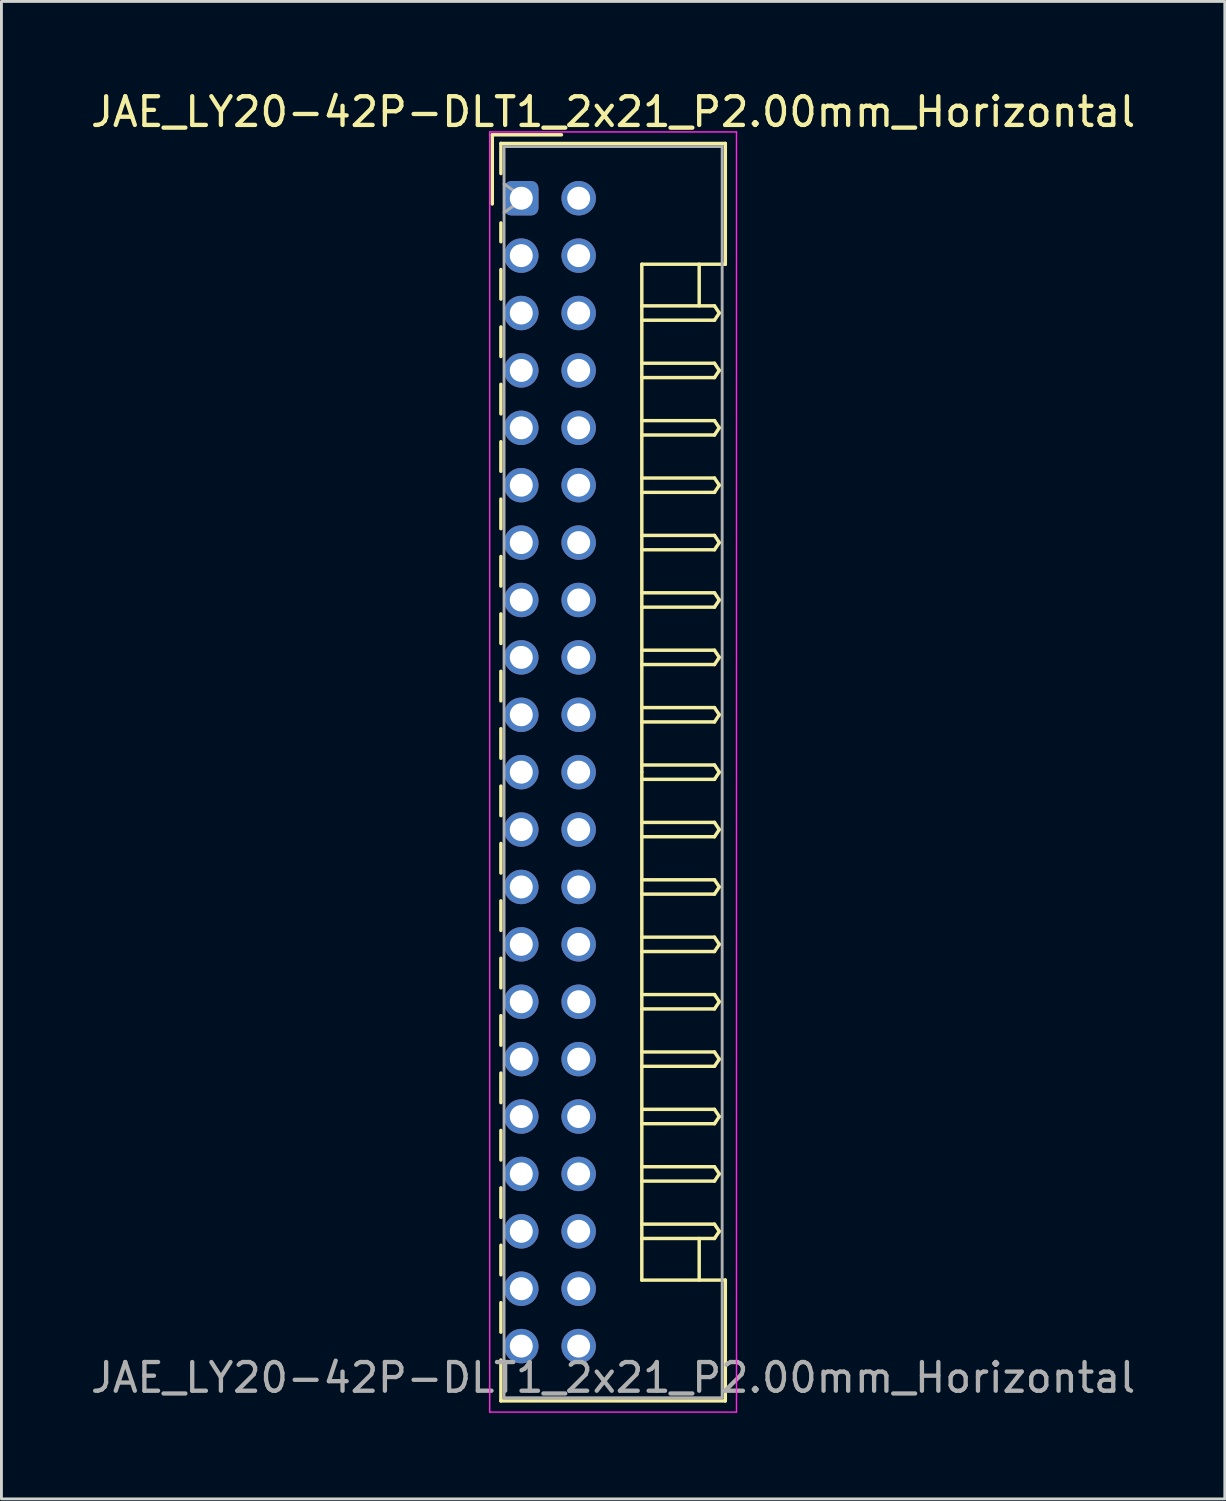
<source format=kicad_pcb>
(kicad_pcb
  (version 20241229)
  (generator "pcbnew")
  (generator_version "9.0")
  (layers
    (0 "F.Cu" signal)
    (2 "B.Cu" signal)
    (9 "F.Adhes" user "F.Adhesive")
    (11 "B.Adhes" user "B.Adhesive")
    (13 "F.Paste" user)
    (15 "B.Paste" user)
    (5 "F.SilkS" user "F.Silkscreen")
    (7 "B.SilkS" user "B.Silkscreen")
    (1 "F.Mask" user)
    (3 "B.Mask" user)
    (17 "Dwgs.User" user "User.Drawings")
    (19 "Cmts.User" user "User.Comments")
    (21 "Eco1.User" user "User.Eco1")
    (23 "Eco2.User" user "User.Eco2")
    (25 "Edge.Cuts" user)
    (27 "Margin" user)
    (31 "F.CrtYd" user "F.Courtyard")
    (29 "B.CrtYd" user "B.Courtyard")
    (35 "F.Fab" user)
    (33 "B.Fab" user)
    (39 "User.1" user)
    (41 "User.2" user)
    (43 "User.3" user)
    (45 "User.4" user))
  (footprint "JAE_LY20-42P-DLT1_2x21_P2.00mm_Horizontal"
    (layer "F.Cu")
    (at 15.115 3.858)
    (property "Reference" "JAE_LY20-42P-DLT1_2x21_P2.00mm_Horizontal" (at 3.2 -3.01 0) (layer "F.SilkS") (effects (font (size 1 1) (thickness 0.15))))
    (attr through_hole)
    (fp_line (start -1.01 -2.21) (end -1.01 0.2) (stroke (width 0.12) (type solid)) (layer "F.SilkS"))
    (fp_line (start -0.71 -1.91) (end -0.71 -0.86) (stroke (width 0.12) (type solid)) (layer "F.SilkS"))
    (fp_line (start -0.71 -1.91) (end 7.11 -1.91) (stroke (width 0.12) (type solid)) (layer "F.SilkS"))
    (fp_line (start -0.71 0.86) (end -0.71 1.515) (stroke (width 0.12) (type solid)) (layer "F.SilkS"))
    (fp_line (start -0.71 2.485) (end -0.71 3.515) (stroke (width 0.12) (type solid)) (layer "F.SilkS"))
    (fp_line (start -0.71 4.485) (end -0.71 5.515) (stroke (width 0.12) (type solid)) (layer "F.SilkS"))
    (fp_line (start -0.71 6.485) (end -0.71 7.515) (stroke (width 0.12) (type solid)) (layer "F.SilkS"))
    (fp_line (start -0.71 8.485) (end -0.71 9.515) (stroke (width 0.12) (type solid)) (layer "F.SilkS"))
    (fp_line (start -0.71 10.485) (end -0.71 11.515) (stroke (width 0.12) (type solid)) (layer "F.SilkS"))
    (fp_line (start -0.71 12.485) (end -0.71 13.515) (stroke (width 0.12) (type solid)) (layer "F.SilkS"))
    (fp_line (start -0.71 14.485) (end -0.71 15.515) (stroke (width 0.12) (type solid)) (layer "F.SilkS"))
    (fp_line (start -0.71 16.485) (end -0.71 17.515) (stroke (width 0.12) (type solid)) (layer "F.SilkS"))
    (fp_line (start -0.71 18.485) (end -0.71 19.515) (stroke (width 0.12) (type solid)) (layer "F.SilkS"))
    (fp_line (start -0.71 20.485) (end -0.71 21.515) (stroke (width 0.12) (type solid)) (layer "F.SilkS"))
    (fp_line (start -0.71 22.485) (end -0.71 23.515) (stroke (width 0.12) (type solid)) (layer "F.SilkS"))
    (fp_line (start -0.71 24.485) (end -0.71 25.515) (stroke (width 0.12) (type solid)) (layer "F.SilkS"))
    (fp_line (start -0.71 26.485) (end -0.71 27.515) (stroke (width 0.12) (type solid)) (layer "F.SilkS"))
    (fp_line (start -0.71 28.485) (end -0.71 29.515) (stroke (width 0.12) (type solid)) (layer "F.SilkS"))
    (fp_line (start -0.71 30.485) (end -0.71 31.515) (stroke (width 0.12) (type solid)) (layer "F.SilkS"))
    (fp_line (start -0.71 32.485) (end -0.71 33.515) (stroke (width 0.12) (type solid)) (layer "F.SilkS"))
    (fp_line (start -0.71 34.485) (end -0.71 35.515) (stroke (width 0.12) (type solid)) (layer "F.SilkS"))
    (fp_line (start -0.71 36.485) (end -0.71 37.515) (stroke (width 0.12) (type solid)) (layer "F.SilkS"))
    (fp_line (start -0.71 38.485) (end -0.71 39.515) (stroke (width 0.12) (type solid)) (layer "F.SilkS"))
    (fp_line (start -0.71 40.485) (end -0.71 41.91) (stroke (width 0.12) (type solid)) (layer "F.SilkS"))
    (fp_line (start -0.71 41.91) (end 7.11 41.91) (stroke (width 0.12) (type solid)) (layer "F.SilkS"))
    (fp_line (start 1.4 -2.21) (end -1.01 -2.21) (stroke (width 0.12) (type solid)) (layer "F.SilkS"))
    (fp_line (start 4.2 2.3) (end 4.2 20) (stroke (width 0.12) (type solid)) (layer "F.SilkS"))
    (fp_line (start 4.2 3.75) (end 6.733 3.75) (stroke (width 0.12) (type solid)) (layer "F.SilkS"))
    (fp_line (start 4.2 5.75) (end 6.733 5.75) (stroke (width 0.12) (type solid)) (layer "F.SilkS"))
    (fp_line (start 4.2 7.75) (end 6.733 7.75) (stroke (width 0.12) (type solid)) (layer "F.SilkS"))
    (fp_line (start 4.2 9.75) (end 6.733 9.75) (stroke (width 0.12) (type solid)) (layer "F.SilkS"))
    (fp_line (start 4.2 11.75) (end 6.733 11.75) (stroke (width 0.12) (type solid)) (layer "F.SilkS"))
    (fp_line (start 4.2 13.75) (end 6.733 13.75) (stroke (width 0.12) (type solid)) (layer "F.SilkS"))
    (fp_line (start 4.2 15.75) (end 6.733 15.75) (stroke (width 0.12) (type solid)) (layer "F.SilkS"))
    (fp_line (start 4.2 17.75) (end 6.733 17.75) (stroke (width 0.12) (type solid)) (layer "F.SilkS"))
    (fp_line (start 4.2 19.75) (end 6.733 19.75) (stroke (width 0.12) (type solid)) (layer "F.SilkS"))
    (fp_line (start 4.2 21.75) (end 6.733 21.75) (stroke (width 0.12) (type solid)) (layer "F.SilkS"))
    (fp_line (start 4.2 23.75) (end 6.733 23.75) (stroke (width 0.12) (type solid)) (layer "F.SilkS"))
    (fp_line (start 4.2 25.75) (end 6.733 25.75) (stroke (width 0.12) (type solid)) (layer "F.SilkS"))
    (fp_line (start 4.2 27.75) (end 6.733 27.75) (stroke (width 0.12) (type solid)) (layer "F.SilkS"))
    (fp_line (start 4.2 29.75) (end 6.733 29.75) (stroke (width 0.12) (type solid)) (layer "F.SilkS"))
    (fp_line (start 4.2 31.75) (end 6.733 31.75) (stroke (width 0.12) (type solid)) (layer "F.SilkS"))
    (fp_line (start 4.2 33.75) (end 6.733 33.75) (stroke (width 0.12) (type solid)) (layer "F.SilkS"))
    (fp_line (start 4.2 35.75) (end 6.733 35.75) (stroke (width 0.12) (type solid)) (layer "F.SilkS"))
    (fp_line (start 4.2 37.7) (end 4.2 20) (stroke (width 0.12) (type solid)) (layer "F.SilkS"))
    (fp_line (start 6.2 2.3) (end 6.2 3.75) (stroke (width 0.12) (type solid)) (layer "F.SilkS"))
    (fp_line (start 6.2 37.7) (end 6.2 36.25) (stroke (width 0.12) (type solid)) (layer "F.SilkS"))
    (fp_line (start 6.733 3.75) (end 6.9 4) (stroke (width 0.12) (type solid)) (layer "F.SilkS"))
    (fp_line (start 6.733 4.25) (end 4.2 4.25) (stroke (width 0.12) (type solid)) (layer "F.SilkS"))
    (fp_line (start 6.733 5.75) (end 6.9 6) (stroke (width 0.12) (type solid)) (layer "F.SilkS"))
    (fp_line (start 6.733 6.25) (end 4.2 6.25) (stroke (width 0.12) (type solid)) (layer "F.SilkS"))
    (fp_line (start 6.733 7.75) (end 6.9 8) (stroke (width 0.12) (type solid)) (layer "F.SilkS"))
    (fp_line (start 6.733 8.25) (end 4.2 8.25) (stroke (width 0.12) (type solid)) (layer "F.SilkS"))
    (fp_line (start 6.733 9.75) (end 6.9 10) (stroke (width 0.12) (type solid)) (layer "F.SilkS"))
    (fp_line (start 6.733 10.25) (end 4.2 10.25) (stroke (width 0.12) (type solid)) (layer "F.SilkS"))
    (fp_line (start 6.733 11.75) (end 6.9 12) (stroke (width 0.12) (type solid)) (layer "F.SilkS"))
    (fp_line (start 6.733 12.25) (end 4.2 12.25) (stroke (width 0.12) (type solid)) (layer "F.SilkS"))
    (fp_line (start 6.733 13.75) (end 6.9 14) (stroke (width 0.12) (type solid)) (layer "F.SilkS"))
    (fp_line (start 6.733 14.25) (end 4.2 14.25) (stroke (width 0.12) (type solid)) (layer "F.SilkS"))
    (fp_line (start 6.733 15.75) (end 6.9 16) (stroke (width 0.12) (type solid)) (layer "F.SilkS"))
    (fp_line (start 6.733 16.25) (end 4.2 16.25) (stroke (width 0.12) (type solid)) (layer "F.SilkS"))
    (fp_line (start 6.733 17.75) (end 6.9 18) (stroke (width 0.12) (type solid)) (layer "F.SilkS"))
    (fp_line (start 6.733 18.25) (end 4.2 18.25) (stroke (width 0.12) (type solid)) (layer "F.SilkS"))
    (fp_line (start 6.733 19.75) (end 6.9 20) (stroke (width 0.12) (type solid)) (layer "F.SilkS"))
    (fp_line (start 6.733 20.25) (end 4.2 20.25) (stroke (width 0.12) (type solid)) (layer "F.SilkS"))
    (fp_line (start 6.733 21.75) (end 6.9 22) (stroke (width 0.12) (type solid)) (layer "F.SilkS"))
    (fp_line (start 6.733 22.25) (end 4.2 22.25) (stroke (width 0.12) (type solid)) (layer "F.SilkS"))
    (fp_line (start 6.733 23.75) (end 6.9 24) (stroke (width 0.12) (type solid)) (layer "F.SilkS"))
    (fp_line (start 6.733 24.25) (end 4.2 24.25) (stroke (width 0.12) (type solid)) (layer "F.SilkS"))
    (fp_line (start 6.733 25.75) (end 6.9 26) (stroke (width 0.12) (type solid)) (layer "F.SilkS"))
    (fp_line (start 6.733 26.25) (end 4.2 26.25) (stroke (width 0.12) (type solid)) (layer "F.SilkS"))
    (fp_line (start 6.733 27.75) (end 6.9 28) (stroke (width 0.12) (type solid)) (layer "F.SilkS"))
    (fp_line (start 6.733 28.25) (end 4.2 28.25) (stroke (width 0.12) (type solid)) (layer "F.SilkS"))
    (fp_line (start 6.733 29.75) (end 6.9 30) (stroke (width 0.12) (type solid)) (layer "F.SilkS"))
    (fp_line (start 6.733 30.25) (end 4.2 30.25) (stroke (width 0.12) (type solid)) (layer "F.SilkS"))
    (fp_line (start 6.733 31.75) (end 6.9 32) (stroke (width 0.12) (type solid)) (layer "F.SilkS"))
    (fp_line (start 6.733 32.25) (end 4.2 32.25) (stroke (width 0.12) (type solid)) (layer "F.SilkS"))
    (fp_line (start 6.733 33.75) (end 6.9 34) (stroke (width 0.12) (type solid)) (layer "F.SilkS"))
    (fp_line (start 6.733 34.25) (end 4.2 34.25) (stroke (width 0.12) (type solid)) (layer "F.SilkS"))
    (fp_line (start 6.733 35.75) (end 6.9 36) (stroke (width 0.12) (type solid)) (layer "F.SilkS"))
    (fp_line (start 6.733 36.25) (end 4.2 36.25) (stroke (width 0.12) (type solid)) (layer "F.SilkS"))
    (fp_line (start 6.9 4) (end 6.733 4.25) (stroke (width 0.12) (type solid)) (layer "F.SilkS"))
    (fp_line (start 6.9 6) (end 6.733 6.25) (stroke (width 0.12) (type solid)) (layer "F.SilkS"))
    (fp_line (start 6.9 8) (end 6.733 8.25) (stroke (width 0.12) (type solid)) (layer "F.SilkS"))
    (fp_line (start 6.9 10) (end 6.733 10.25) (stroke (width 0.12) (type solid)) (layer "F.SilkS"))
    (fp_line (start 6.9 12) (end 6.733 12.25) (stroke (width 0.12) (type solid)) (layer "F.SilkS"))
    (fp_line (start 6.9 14) (end 6.733 14.25) (stroke (width 0.12) (type solid)) (layer "F.SilkS"))
    (fp_line (start 6.9 16) (end 6.733 16.25) (stroke (width 0.12) (type solid)) (layer "F.SilkS"))
    (fp_line (start 6.9 18) (end 6.733 18.25) (stroke (width 0.12) (type solid)) (layer "F.SilkS"))
    (fp_line (start 6.9 20) (end 6.733 20.25) (stroke (width 0.12) (type solid)) (layer "F.SilkS"))
    (fp_line (start 6.9 22) (end 6.733 22.25) (stroke (width 0.12) (type solid)) (layer "F.SilkS"))
    (fp_line (start 6.9 24) (end 6.733 24.25) (stroke (width 0.12) (type solid)) (layer "F.SilkS"))
    (fp_line (start 6.9 26) (end 6.733 26.25) (stroke (width 0.12) (type solid)) (layer "F.SilkS"))
    (fp_line (start 6.9 28) (end 6.733 28.25) (stroke (width 0.12) (type solid)) (layer "F.SilkS"))
    (fp_line (start 6.9 30) (end 6.733 30.25) (stroke (width 0.12) (type solid)) (layer "F.SilkS"))
    (fp_line (start 6.9 32) (end 6.733 32.25) (stroke (width 0.12) (type solid)) (layer "F.SilkS"))
    (fp_line (start 6.9 34) (end 6.733 34.25) (stroke (width 0.12) (type solid)) (layer "F.SilkS"))
    (fp_line (start 6.9 36) (end 6.733 36.25) (stroke (width 0.12) (type solid)) (layer "F.SilkS"))
    (fp_line (start 7.11 -1.91) (end 7.11 2.3) (stroke (width 0.12) (type solid)) (layer "F.SilkS"))
    (fp_line (start 7.11 2.3) (end 4.2 2.3) (stroke (width 0.12) (type solid)) (layer "F.SilkS"))
    (fp_line (start 7.11 37.7) (end 4.2 37.7) (stroke (width 0.12) (type solid)) (layer "F.SilkS"))
    (fp_line (start 7.11 41.91) (end 7.11 37.7) (stroke (width 0.12) (type solid)) (layer "F.SilkS"))
    (fp_line (start -1.1 -2.31) (end -1.1 42.3) (stroke (width 0.05) (type solid)) (layer "F.CrtYd"))
    (fp_line (start -1.1 42.3) (end 7.5 42.3) (stroke (width 0.05) (type solid)) (layer "F.CrtYd"))
    (fp_line (start 7.5 -2.31) (end -1.1 -2.31) (stroke (width 0.05) (type solid)) (layer "F.CrtYd"))
    (fp_line (start 7.5 42.3) (end 7.5 -2.31) (stroke (width 0.05) (type solid)) (layer "F.CrtYd"))
    (fp_line (start -0.6 -1.8) (end -0.6 41.8) (stroke (width 0.1) (type solid)) (layer "F.Fab"))
    (fp_line (start -0.6 0.5) (end 0.107 0) (stroke (width 0.1) (type solid)) (layer "F.Fab"))
    (fp_line (start -0.6 41.8) (end 7 41.8) (stroke (width 0.1) (type solid)) (layer "F.Fab"))
    (fp_line (start 0.107 0) (end -0.6 -0.5) (stroke (width 0.1) (type solid)) (layer "F.Fab"))
    (fp_line (start 7 -1.8) (end -0.6 -1.8) (stroke (width 0.1) (type solid)) (layer "F.Fab"))
    (fp_line (start 7 41.8) (end 7 -1.8) (stroke (width 0.1) (type solid)) (layer "F.Fab"))
    (fp_text user "${REFERENCE}" (at 3.2 41.1 0) (layer "F.Fab") (effects (font (size 1 1) (thickness 0.15))))
    (pad "a1" thru_hole roundrect (at 0 0) (size 1.2 1.2) (drill 0.8) (layers "*.Cu" "*.Mask") (roundrect_rratio 0.208))
    (pad "a2" thru_hole circle (at 0 2) (size 1.2 1.2) (drill 0.8) (layers "*.Cu" "*.Mask"))
    (pad "a3" thru_hole circle (at 0 4) (size 1.2 1.2) (drill 0.8) (layers "*.Cu" "*.Mask"))
    (pad "a4" thru_hole circle (at 0 6) (size 1.2 1.2) (drill 0.8) (layers "*.Cu" "*.Mask"))
    (pad "a5" thru_hole circle (at 0 8) (size 1.2 1.2) (drill 0.8) (layers "*.Cu" "*.Mask"))
    (pad "a6" thru_hole circle (at 0 10) (size 1.2 1.2) (drill 0.8) (layers "*.Cu" "*.Mask"))
    (pad "a7" thru_hole circle (at 0 12) (size 1.2 1.2) (drill 0.8) (layers "*.Cu" "*.Mask"))
    (pad "a8" thru_hole circle (at 0 14) (size 1.2 1.2) (drill 0.8) (layers "*.Cu" "*.Mask"))
    (pad "a9" thru_hole circle (at 0 16) (size 1.2 1.2) (drill 0.8) (layers "*.Cu" "*.Mask"))
    (pad "a10" thru_hole circle (at 0 18) (size 1.2 1.2) (drill 0.8) (layers "*.Cu" "*.Mask"))
    (pad "a11" thru_hole circle (at 0 20) (size 1.2 1.2) (drill 0.8) (layers "*.Cu" "*.Mask"))
    (pad "a12" thru_hole circle (at 0 22) (size 1.2 1.2) (drill 0.8) (layers "*.Cu" "*.Mask"))
    (pad "a13" thru_hole circle (at 0 24) (size 1.2 1.2) (drill 0.8) (layers "*.Cu" "*.Mask"))
    (pad "a14" thru_hole circle (at 0 26) (size 1.2 1.2) (drill 0.8) (layers "*.Cu" "*.Mask"))
    (pad "a15" thru_hole circle (at 0 28) (size 1.2 1.2) (drill 0.8) (layers "*.Cu" "*.Mask"))
    (pad "a16" thru_hole circle (at 0 30) (size 1.2 1.2) (drill 0.8) (layers "*.Cu" "*.Mask"))
    (pad "a17" thru_hole circle (at 0 32) (size 1.2 1.2) (drill 0.8) (layers "*.Cu" "*.Mask"))
    (pad "a18" thru_hole circle (at 0 34) (size 1.2 1.2) (drill 0.8) (layers "*.Cu" "*.Mask"))
    (pad "a19" thru_hole circle (at 0 36) (size 1.2 1.2) (drill 0.8) (layers "*.Cu" "*.Mask"))
    (pad "a20" thru_hole circle (at 0 38) (size 1.2 1.2) (drill 0.8) (layers "*.Cu" "*.Mask"))
    (pad "a21" thru_hole circle (at 0 40) (size 1.2 1.2) (drill 0.8) (layers "*.Cu" "*.Mask"))
    (pad "b1" thru_hole circle (at 2 0) (size 1.2 1.2) (drill 0.8) (layers "*.Cu" "*.Mask"))
    (pad "b2" thru_hole circle (at 2 2) (size 1.2 1.2) (drill 0.8) (layers "*.Cu" "*.Mask"))
    (pad "b3" thru_hole circle (at 2 4) (size 1.2 1.2) (drill 0.8) (layers "*.Cu" "*.Mask"))
    (pad "b4" thru_hole circle (at 2 6) (size 1.2 1.2) (drill 0.8) (layers "*.Cu" "*.Mask"))
    (pad "b5" thru_hole circle (at 2 8) (size 1.2 1.2) (drill 0.8) (layers "*.Cu" "*.Mask"))
    (pad "b6" thru_hole circle (at 2 10) (size 1.2 1.2) (drill 0.8) (layers "*.Cu" "*.Mask"))
    (pad "b7" thru_hole circle (at 2 12) (size 1.2 1.2) (drill 0.8) (layers "*.Cu" "*.Mask"))
    (pad "b8" thru_hole circle (at 2 14) (size 1.2 1.2) (drill 0.8) (layers "*.Cu" "*.Mask"))
    (pad "b9" thru_hole circle (at 2 16) (size 1.2 1.2) (drill 0.8) (layers "*.Cu" "*.Mask"))
    (pad "b10" thru_hole circle (at 2 18) (size 1.2 1.2) (drill 0.8) (layers "*.Cu" "*.Mask"))
    (pad "b11" thru_hole circle (at 2 20) (size 1.2 1.2) (drill 0.8) (layers "*.Cu" "*.Mask"))
    (pad "b12" thru_hole circle (at 2 22) (size 1.2 1.2) (drill 0.8) (layers "*.Cu" "*.Mask"))
    (pad "b13" thru_hole circle (at 2 24) (size 1.2 1.2) (drill 0.8) (layers "*.Cu" "*.Mask"))
    (pad "b14" thru_hole circle (at 2 26) (size 1.2 1.2) (drill 0.8) (layers "*.Cu" "*.Mask"))
    (pad "b15" thru_hole circle (at 2 28) (size 1.2 1.2) (drill 0.8) (layers "*.Cu" "*.Mask"))
    (pad "b16" thru_hole circle (at 2 30) (size 1.2 1.2) (drill 0.8) (layers "*.Cu" "*.Mask"))
    (pad "b17" thru_hole circle (at 2 32) (size 1.2 1.2) (drill 0.8) (layers "*.Cu" "*.Mask"))
    (pad "b18" thru_hole circle (at 2 34) (size 1.2 1.2) (drill 0.8) (layers "*.Cu" "*.Mask"))
    (pad "b19" thru_hole circle (at 2 36) (size 1.2 1.2) (drill 0.8) (layers "*.Cu" "*.Mask"))
    (pad "b20" thru_hole circle (at 2 38) (size 1.2 1.2) (drill 0.8) (layers "*.Cu" "*.Mask"))
    (pad "b21" thru_hole circle (at 2 40) (size 1.2 1.2) (drill 0.8) (layers "*.Cu" "*.Mask")))
  (gr_rect
    (start -3 -3)
    (end 39.631 49.183)
    (stroke (width 0.1) (type default))
    (fill no)
    (layer "Edge.Cuts")))
</source>
